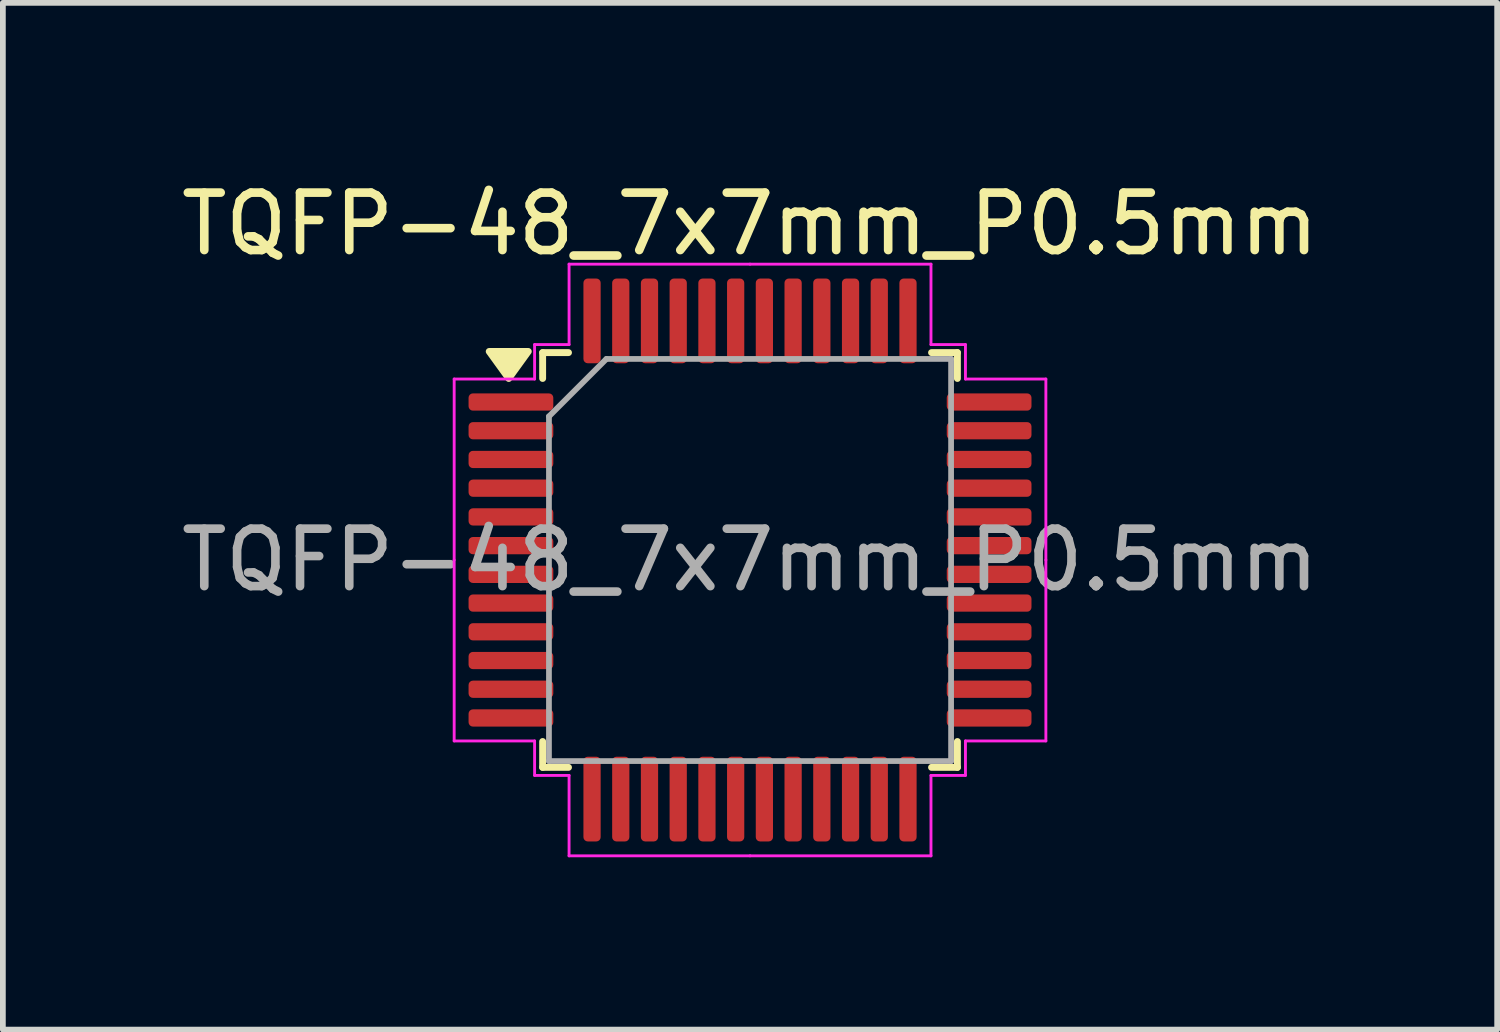
<source format=kicad_pcb>
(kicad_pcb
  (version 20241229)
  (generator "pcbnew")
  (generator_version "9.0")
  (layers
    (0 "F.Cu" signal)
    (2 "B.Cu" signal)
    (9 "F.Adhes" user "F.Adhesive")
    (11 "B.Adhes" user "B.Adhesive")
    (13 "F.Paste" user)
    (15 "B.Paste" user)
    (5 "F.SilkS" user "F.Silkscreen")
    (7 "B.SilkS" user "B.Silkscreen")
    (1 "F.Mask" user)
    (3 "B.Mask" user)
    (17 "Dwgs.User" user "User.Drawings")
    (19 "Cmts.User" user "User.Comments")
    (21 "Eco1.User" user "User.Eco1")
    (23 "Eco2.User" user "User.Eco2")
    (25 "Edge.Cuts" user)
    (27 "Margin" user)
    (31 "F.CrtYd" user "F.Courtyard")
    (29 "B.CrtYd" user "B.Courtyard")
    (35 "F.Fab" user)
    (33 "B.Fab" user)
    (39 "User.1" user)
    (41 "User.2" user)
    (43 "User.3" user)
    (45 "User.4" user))
  (footprint "TQFP-48_7x7mm_P0.5mm"
    (layer "F.Cu")
    (at 10.006 6.698)
    (property "Reference" "TQFP-48_7x7mm_P0.5mm" (at 0 -5.85 0) (layer "F.SilkS") (effects (font (size 1 1) (thickness 0.15))))
    (attr smd)
    (fp_line (start -3.61 -3.61) (end -3.61 -3.16) (stroke (width 0.12) (type solid)) (layer "F.SilkS"))
    (fp_line (start -3.61 3.61) (end -3.61 3.16) (stroke (width 0.12) (type solid)) (layer "F.SilkS"))
    (fp_line (start -3.16 -3.61) (end -3.61 -3.61) (stroke (width 0.12) (type solid)) (layer "F.SilkS"))
    (fp_line (start -3.16 3.61) (end -3.61 3.61) (stroke (width 0.12) (type solid)) (layer "F.SilkS"))
    (fp_line (start 3.16 -3.61) (end 3.61 -3.61) (stroke (width 0.12) (type solid)) (layer "F.SilkS"))
    (fp_line (start 3.16 3.61) (end 3.61 3.61) (stroke (width 0.12) (type solid)) (layer "F.SilkS"))
    (fp_line (start 3.61 -3.61) (end 3.61 -3.16) (stroke (width 0.12) (type solid)) (layer "F.SilkS"))
    (fp_line (start 3.61 3.61) (end 3.61 3.16) (stroke (width 0.12) (type solid)) (layer "F.SilkS"))
    (fp_poly (pts (xy -4.2 -3.16) (xy -4.54 -3.63) (xy -3.86 -3.63) (xy -4.2 -3.16)) (stroke (width 0.12) (type solid)) (fill yes) (layer "F.SilkS"))
    (fp_line (start -5.15 -3.15) (end -5.15 0) (stroke (width 0.05) (type solid)) (layer "F.CrtYd"))
    (fp_line (start -5.15 3.15) (end -5.15 0) (stroke (width 0.05) (type solid)) (layer "F.CrtYd"))
    (fp_line (start -3.75 -3.75) (end -3.75 -3.15) (stroke (width 0.05) (type solid)) (layer "F.CrtYd"))
    (fp_line (start -3.75 -3.15) (end -5.15 -3.15) (stroke (width 0.05) (type solid)) (layer "F.CrtYd"))
    (fp_line (start -3.75 3.15) (end -5.15 3.15) (stroke (width 0.05) (type solid)) (layer "F.CrtYd"))
    (fp_line (start -3.75 3.75) (end -3.75 3.15) (stroke (width 0.05) (type solid)) (layer "F.CrtYd"))
    (fp_line (start -3.15 -5.15) (end -3.15 -3.75) (stroke (width 0.05) (type solid)) (layer "F.CrtYd"))
    (fp_line (start -3.15 -3.75) (end -3.75 -3.75) (stroke (width 0.05) (type solid)) (layer "F.CrtYd"))
    (fp_line (start -3.15 3.75) (end -3.75 3.75) (stroke (width 0.05) (type solid)) (layer "F.CrtYd"))
    (fp_line (start -3.15 5.15) (end -3.15 3.75) (stroke (width 0.05) (type solid)) (layer "F.CrtYd"))
    (fp_line (start 0 -5.15) (end -3.15 -5.15) (stroke (width 0.05) (type solid)) (layer "F.CrtYd"))
    (fp_line (start 0 -5.15) (end 3.15 -5.15) (stroke (width 0.05) (type solid)) (layer "F.CrtYd"))
    (fp_line (start 0 5.15) (end -3.15 5.15) (stroke (width 0.05) (type solid)) (layer "F.CrtYd"))
    (fp_line (start 0 5.15) (end 3.15 5.15) (stroke (width 0.05) (type solid)) (layer "F.CrtYd"))
    (fp_line (start 3.15 -5.15) (end 3.15 -3.75) (stroke (width 0.05) (type solid)) (layer "F.CrtYd"))
    (fp_line (start 3.15 -3.75) (end 3.75 -3.75) (stroke (width 0.05) (type solid)) (layer "F.CrtYd"))
    (fp_line (start 3.15 3.75) (end 3.75 3.75) (stroke (width 0.05) (type solid)) (layer "F.CrtYd"))
    (fp_line (start 3.15 5.15) (end 3.15 3.75) (stroke (width 0.05) (type solid)) (layer "F.CrtYd"))
    (fp_line (start 3.75 -3.75) (end 3.75 -3.15) (stroke (width 0.05) (type solid)) (layer "F.CrtYd"))
    (fp_line (start 3.75 -3.15) (end 5.15 -3.15) (stroke (width 0.05) (type solid)) (layer "F.CrtYd"))
    (fp_line (start 3.75 3.15) (end 5.15 3.15) (stroke (width 0.05) (type solid)) (layer "F.CrtYd"))
    (fp_line (start 3.75 3.75) (end 3.75 3.15) (stroke (width 0.05) (type solid)) (layer "F.CrtYd"))
    (fp_line (start 5.15 -3.15) (end 5.15 0) (stroke (width 0.05) (type solid)) (layer "F.CrtYd"))
    (fp_line (start 5.15 3.15) (end 5.15 0) (stroke (width 0.05) (type solid)) (layer "F.CrtYd"))
    (fp_line (start -3.5 -2.5) (end -2.5 -3.5) (stroke (width 0.1) (type solid)) (layer "F.Fab"))
    (fp_line (start -3.5 3.5) (end -3.5 -2.5) (stroke (width 0.1) (type solid)) (layer "F.Fab"))
    (fp_line (start -2.5 -3.5) (end 3.5 -3.5) (stroke (width 0.1) (type solid)) (layer "F.Fab"))
    (fp_line (start 3.5 -3.5) (end 3.5 3.5) (stroke (width 0.1) (type solid)) (layer "F.Fab"))
    (fp_line (start 3.5 3.5) (end -3.5 3.5) (stroke (width 0.1) (type solid)) (layer "F.Fab"))
    (fp_text user "${REFERENCE}" (at 0 0 0) (layer "F.Fab") (effects (font (size 1 1) (thickness 0.15))))
    (pad "1" smd roundrect (at -4.162 -2.75) (size 1.475 0.3) (layers "F.Cu" "F.Mask" "F.Paste") (roundrect_rratio 0.25))
    (pad "2" smd roundrect (at -4.162 -2.25) (size 1.475 0.3) (layers "F.Cu" "F.Mask" "F.Paste") (roundrect_rratio 0.25))
    (pad "3" smd roundrect (at -4.162 -1.75) (size 1.475 0.3) (layers "F.Cu" "F.Mask" "F.Paste") (roundrect_rratio 0.25))
    (pad "4" smd roundrect (at -4.162 -1.25) (size 1.475 0.3) (layers "F.Cu" "F.Mask" "F.Paste") (roundrect_rratio 0.25))
    (pad "5" smd roundrect (at -4.162 -0.75) (size 1.475 0.3) (layers "F.Cu" "F.Mask" "F.Paste") (roundrect_rratio 0.25))
    (pad "6" smd roundrect (at -4.162 -0.25) (size 1.475 0.3) (layers "F.Cu" "F.Mask" "F.Paste") (roundrect_rratio 0.25))
    (pad "7" smd roundrect (at -4.162 0.25) (size 1.475 0.3) (layers "F.Cu" "F.Mask" "F.Paste") (roundrect_rratio 0.25))
    (pad "8" smd roundrect (at -4.162 0.75) (size 1.475 0.3) (layers "F.Cu" "F.Mask" "F.Paste") (roundrect_rratio 0.25))
    (pad "9" smd roundrect (at -4.162 1.25) (size 1.475 0.3) (layers "F.Cu" "F.Mask" "F.Paste") (roundrect_rratio 0.25))
    (pad "10" smd roundrect (at -4.162 1.75) (size 1.475 0.3) (layers "F.Cu" "F.Mask" "F.Paste") (roundrect_rratio 0.25))
    (pad "11" smd roundrect (at -4.162 2.25) (size 1.475 0.3) (layers "F.Cu" "F.Mask" "F.Paste") (roundrect_rratio 0.25))
    (pad "12" smd roundrect (at -4.162 2.75) (size 1.475 0.3) (layers "F.Cu" "F.Mask" "F.Paste") (roundrect_rratio 0.25))
    (pad "13" smd roundrect (at -2.75 4.162) (size 0.3 1.475) (layers "F.Cu" "F.Mask" "F.Paste") (roundrect_rratio 0.25))
    (pad "14" smd roundrect (at -2.25 4.162) (size 0.3 1.475) (layers "F.Cu" "F.Mask" "F.Paste") (roundrect_rratio 0.25))
    (pad "15" smd roundrect (at -1.75 4.162) (size 0.3 1.475) (layers "F.Cu" "F.Mask" "F.Paste") (roundrect_rratio 0.25))
    (pad "16" smd roundrect (at -1.25 4.162) (size 0.3 1.475) (layers "F.Cu" "F.Mask" "F.Paste") (roundrect_rratio 0.25))
    (pad "17" smd roundrect (at -0.75 4.162) (size 0.3 1.475) (layers "F.Cu" "F.Mask" "F.Paste") (roundrect_rratio 0.25))
    (pad "18" smd roundrect (at -0.25 4.162) (size 0.3 1.475) (layers "F.Cu" "F.Mask" "F.Paste") (roundrect_rratio 0.25))
    (pad "19" smd roundrect (at 0.25 4.162) (size 0.3 1.475) (layers "F.Cu" "F.Mask" "F.Paste") (roundrect_rratio 0.25))
    (pad "20" smd roundrect (at 0.75 4.162) (size 0.3 1.475) (layers "F.Cu" "F.Mask" "F.Paste") (roundrect_rratio 0.25))
    (pad "21" smd roundrect (at 1.25 4.162) (size 0.3 1.475) (layers "F.Cu" "F.Mask" "F.Paste") (roundrect_rratio 0.25))
    (pad "22" smd roundrect (at 1.75 4.162) (size 0.3 1.475) (layers "F.Cu" "F.Mask" "F.Paste") (roundrect_rratio 0.25))
    (pad "23" smd roundrect (at 2.25 4.162) (size 0.3 1.475) (layers "F.Cu" "F.Mask" "F.Paste") (roundrect_rratio 0.25))
    (pad "24" smd roundrect (at 2.75 4.162) (size 0.3 1.475) (layers "F.Cu" "F.Mask" "F.Paste") (roundrect_rratio 0.25))
    (pad "25" smd roundrect (at 4.162 2.75) (size 1.475 0.3) (layers "F.Cu" "F.Mask" "F.Paste") (roundrect_rratio 0.25))
    (pad "26" smd roundrect (at 4.162 2.25) (size 1.475 0.3) (layers "F.Cu" "F.Mask" "F.Paste") (roundrect_rratio 0.25))
    (pad "27" smd roundrect (at 4.162 1.75) (size 1.475 0.3) (layers "F.Cu" "F.Mask" "F.Paste") (roundrect_rratio 0.25))
    (pad "28" smd roundrect (at 4.162 1.25) (size 1.475 0.3) (layers "F.Cu" "F.Mask" "F.Paste") (roundrect_rratio 0.25))
    (pad "29" smd roundrect (at 4.162 0.75) (size 1.475 0.3) (layers "F.Cu" "F.Mask" "F.Paste") (roundrect_rratio 0.25))
    (pad "30" smd roundrect (at 4.162 0.25) (size 1.475 0.3) (layers "F.Cu" "F.Mask" "F.Paste") (roundrect_rratio 0.25))
    (pad "31" smd roundrect (at 4.162 -0.25) (size 1.475 0.3) (layers "F.Cu" "F.Mask" "F.Paste") (roundrect_rratio 0.25))
    (pad "32" smd roundrect (at 4.162 -0.75) (size 1.475 0.3) (layers "F.Cu" "F.Mask" "F.Paste") (roundrect_rratio 0.25))
    (pad "33" smd roundrect (at 4.162 -1.25) (size 1.475 0.3) (layers "F.Cu" "F.Mask" "F.Paste") (roundrect_rratio 0.25))
    (pad "34" smd roundrect (at 4.162 -1.75) (size 1.475 0.3) (layers "F.Cu" "F.Mask" "F.Paste") (roundrect_rratio 0.25))
    (pad "35" smd roundrect (at 4.162 -2.25) (size 1.475 0.3) (layers "F.Cu" "F.Mask" "F.Paste") (roundrect_rratio 0.25))
    (pad "36" smd roundrect (at 4.162 -2.75) (size 1.475 0.3) (layers "F.Cu" "F.Mask" "F.Paste") (roundrect_rratio 0.25))
    (pad "37" smd roundrect (at 2.75 -4.162) (size 0.3 1.475) (layers "F.Cu" "F.Mask" "F.Paste") (roundrect_rratio 0.25))
    (pad "38" smd roundrect (at 2.25 -4.162) (size 0.3 1.475) (layers "F.Cu" "F.Mask" "F.Paste") (roundrect_rratio 0.25))
    (pad "39" smd roundrect (at 1.75 -4.162) (size 0.3 1.475) (layers "F.Cu" "F.Mask" "F.Paste") (roundrect_rratio 0.25))
    (pad "40" smd roundrect (at 1.25 -4.162) (size 0.3 1.475) (layers "F.Cu" "F.Mask" "F.Paste") (roundrect_rratio 0.25))
    (pad "41" smd roundrect (at 0.75 -4.162) (size 0.3 1.475) (layers "F.Cu" "F.Mask" "F.Paste") (roundrect_rratio 0.25))
    (pad "42" smd roundrect (at 0.25 -4.162) (size 0.3 1.475) (layers "F.Cu" "F.Mask" "F.Paste") (roundrect_rratio 0.25))
    (pad "43" smd roundrect (at -0.25 -4.162) (size 0.3 1.475) (layers "F.Cu" "F.Mask" "F.Paste") (roundrect_rratio 0.25))
    (pad "44" smd roundrect (at -0.75 -4.162) (size 0.3 1.475) (layers "F.Cu" "F.Mask" "F.Paste") (roundrect_rratio 0.25))
    (pad "45" smd roundrect (at -1.25 -4.162) (size 0.3 1.475) (layers "F.Cu" "F.Mask" "F.Paste") (roundrect_rratio 0.25))
    (pad "46" smd roundrect (at -1.75 -4.162) (size 0.3 1.475) (layers "F.Cu" "F.Mask" "F.Paste") (roundrect_rratio 0.25))
    (pad "47" smd roundrect (at -2.25 -4.162) (size 0.3 1.475) (layers "F.Cu" "F.Mask" "F.Paste") (roundrect_rratio 0.25))
    (pad "48" smd roundrect (at -2.75 -4.162) (size 0.3 1.475) (layers "F.Cu" "F.Mask" "F.Paste") (roundrect_rratio 0.25)))
  (gr_rect
    (start -3 -3)
    (end 23.012 14.873)
    (stroke (width 0.1) (type default))
    (fill no)
    (layer "Edge.Cuts")))
</source>
